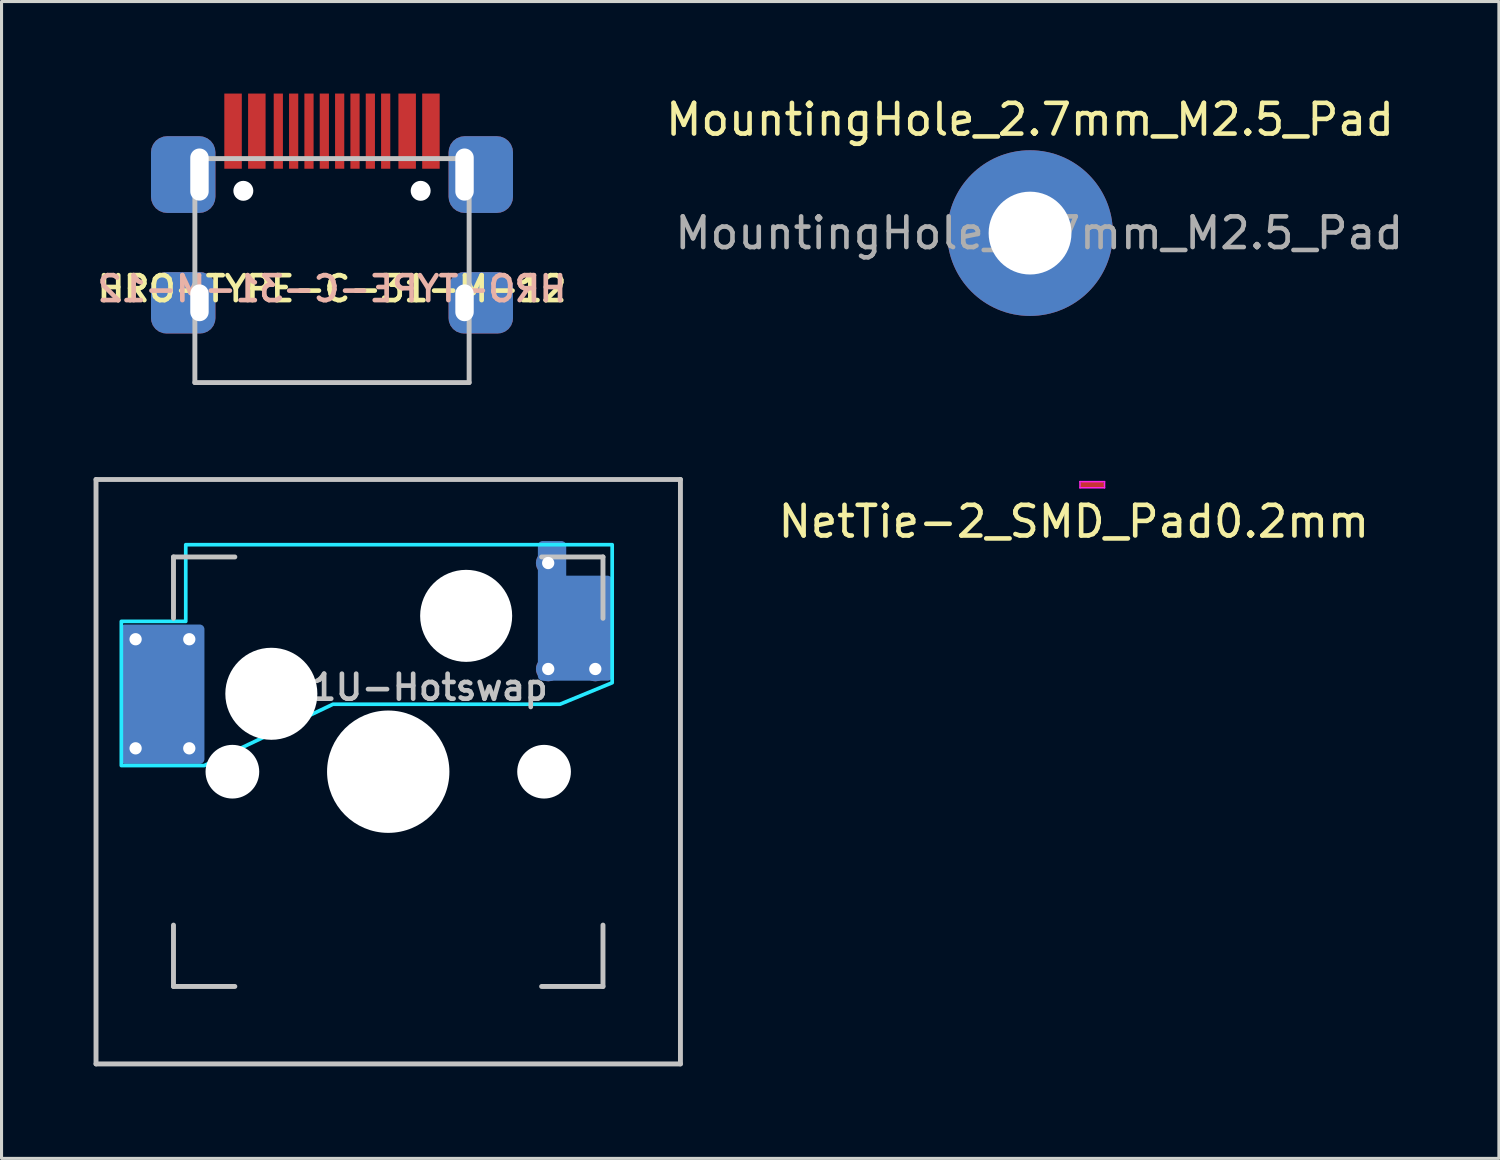
<source format=kicad_pcb>
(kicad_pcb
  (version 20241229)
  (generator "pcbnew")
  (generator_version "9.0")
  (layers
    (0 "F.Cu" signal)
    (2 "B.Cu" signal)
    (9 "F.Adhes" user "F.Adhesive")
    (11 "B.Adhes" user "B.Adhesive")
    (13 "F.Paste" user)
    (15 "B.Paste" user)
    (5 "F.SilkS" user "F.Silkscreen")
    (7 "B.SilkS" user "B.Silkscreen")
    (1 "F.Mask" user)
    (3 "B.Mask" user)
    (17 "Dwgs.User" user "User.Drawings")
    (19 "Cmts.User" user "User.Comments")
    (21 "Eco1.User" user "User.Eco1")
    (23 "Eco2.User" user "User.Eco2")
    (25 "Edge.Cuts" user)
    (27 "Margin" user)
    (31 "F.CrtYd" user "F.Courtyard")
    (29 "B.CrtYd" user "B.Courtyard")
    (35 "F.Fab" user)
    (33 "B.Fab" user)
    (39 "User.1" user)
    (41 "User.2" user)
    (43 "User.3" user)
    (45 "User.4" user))
  (footprint "MX-1U-Hotswap"
    (layer "F.Cu")
    (at 9.605 22.105)
    (property "Reference" "MX-1U-Hotswap" (at 0 -2.75 0) (layer "Dwgs.User") (effects (font (size 0.813 0.813) (thickness 0.152))))
    (fp_line (start -9.525 -9.525) (end 9.525 -9.525) (stroke (width 0.16) (type solid)) (layer "Dwgs.User"))
    (fp_line (start -9.525 9.525) (end -9.525 -9.525) (stroke (width 0.16) (type solid)) (layer "Dwgs.User"))
    (fp_line (start -7 -7) (end -7 -5) (stroke (width 0.16) (type solid)) (layer "Dwgs.User"))
    (fp_line (start -7 5) (end -7 7) (stroke (width 0.16) (type solid)) (layer "Dwgs.User"))
    (fp_line (start -7 7) (end -5 7) (stroke (width 0.16) (type solid)) (layer "Dwgs.User"))
    (fp_line (start -5 -7) (end -7 -7) (stroke (width 0.16) (type solid)) (layer "Dwgs.User"))
    (fp_line (start 5 -7) (end 7 -7) (stroke (width 0.16) (type solid)) (layer "Dwgs.User"))
    (fp_line (start 5 7) (end 7 7) (stroke (width 0.16) (type solid)) (layer "Dwgs.User"))
    (fp_line (start 7 -7) (end 7 -5) (stroke (width 0.16) (type solid)) (layer "Dwgs.User"))
    (fp_line (start 7 7) (end 7 5) (stroke (width 0.16) (type solid)) (layer "Dwgs.User"))
    (fp_line (start 9.525 -9.525) (end 9.525 9.525) (stroke (width 0.16) (type solid)) (layer "Dwgs.User"))
    (fp_line (start 9.525 9.525) (end -9.525 9.525) (stroke (width 0.16) (type solid)) (layer "Dwgs.User"))
    (fp_line (start -1.191 -1.191) (end 1.191 1.191) (stroke (width 0.16) (type solid)) (layer "Cmts.User"))
    (fp_line (start -1.191 1.191) (end 1.191 -1.191) (stroke (width 0.16) (type solid)) (layer "Cmts.User"))
    (fp_poly (pts (xy 7.3 -2.9) (xy 5.6 -2.2) (xy -1.8 -2.2) (xy -6 -0.2) (xy -8.7 -0.2) (xy -8.7 -4.9) (xy -6.6 -4.9) (xy -6.6 -7.4) (xy 7.3 -7.4)) (stroke (width 0.12) (type solid)) (fill no) (layer "B.CrtYd"))
    (pad "" np_thru_hole circle (at -5.08 0 48) (size 1.75 1.75) (drill 1.75) (layers "*.Cu" "*.Mask"))
    (pad "" np_thru_hole circle (at -3.81 -2.54) (size 3 3) (drill 3) (layers "*.Cu" "*.Mask"))
    (pad "" np_thru_hole circle (at 0 0) (size 3.988 3.988) (drill 3.988) (layers "*.Cu" "*.Mask"))
    (pad "" np_thru_hole circle (at 2.54 -5.08) (size 3 3) (drill 3) (layers "*.Cu" "*.Mask"))
    (pad "" np_thru_hole circle (at 5.08 0 48) (size 1.75 1.75) (drill 1.75) (layers "*.Cu" "*.Mask"))
    (pad "1" thru_hole circle (at -8.235 -4.318) (size 0.8 0.8) (drill 0.4) (layers "*.Cu"))
    (pad "1" thru_hole circle (at -8.235 -0.762) (size 0.8 0.8) (drill 0.4) (layers "*.Cu"))
    (pad "1" smd custom (at -7.36 -2.616) (size 2.55 2.5) (layers "B.Cu") (options (anchor rect)) (primitives (gr_rect (start -1.219 -2.032) (end 1.219 2.21) (width 0.3) (fill yes))))
    (pad "1" smd rect (at -7.36 -2.54) (size 2.55 2.5) (layers "B.Cu" "B.Mask" "B.Paste"))
    (pad "1" thru_hole circle (at -6.485 -4.318) (size 0.8 0.8) (drill 0.4) (layers "*.Cu"))
    (pad "1" thru_hole circle (at -6.485 -0.762) (size 0.8 0.8) (drill 0.4) (layers "*.Cu"))
    (pad "2" thru_hole circle (at 5.214 -6.802) (size 0.8 0.8) (drill 0.4) (layers "*.Cu"))
    (pad "2" thru_hole circle (at 5.215 -3.348) (size 0.8 0.8) (drill 0.4) (layers "*.Cu"))
    (pad "2" smd custom (at 6.09 -5.156) (size 2.123 2.169) (layers "B.Cu") (options (anchor rect)) (primitives (gr_rect (start -1.062 -1.084) (end 1.062 2.039) (width 0.3) (fill yes)) (gr_rect (start -1.062 -2.212) (end -0.438 -0.584) (width 0.3) (fill yes))))
    (pad "2" smd rect (at 6.09 -5.075) (size 2.123 2.169) (layers "B.Cu" "B.Mask" "B.Paste"))
    (pad "2" thru_hole circle (at 6.75 -3.348) (size 0.8 0.8) (drill 0.4) (layers "*.Cu")))
  (footprint "HRO-TYPE-C-31-M-12"
    (layer "F.Cu")
    (at 7.772 5.42)
    (property "Reference" "HRO-TYPE-C-31-M-12" (at 0 0.944 0) (layer "F.SilkS") (effects (font (size 0.813 0.813) (thickness 0.152))))
    (attr smd)
    (fp_line (start -4.47 -3.3) (end 4.47 -3.3) (stroke (width 0.16) (type solid)) (layer "Dwgs.User"))
    (fp_line (start -4.47 4) (end -4.47 -3.3) (stroke (width 0.16) (type solid)) (layer "Dwgs.User"))
    (fp_line (start -4.47 4) (end 4.47 4) (stroke (width 0.16) (type solid)) (layer "Dwgs.User"))
    (fp_line (start 4.47 4) (end 4.47 -3.3) (stroke (width 0.16) (type solid)) (layer "Dwgs.User"))
    (fp_text user "${REFERENCE}" (at 0 0.944 0) (layer "B.SilkS") (effects (font (size 0.813 0.813) (thickness 0.152)) (justify mirror)))
    (pad "" np_thru_hole circle (at -2.89 -2.25) (size 0.65 0.65) (drill 0.65) (layers "*.Cu" "*.Mask"))
    (pad "" np_thru_hole circle (at 2.89 -2.25) (size 0.65 0.65) (drill 0.65) (layers "*.Cu" "*.Mask"))
    (pad "A1" smd rect (at -3.225 -4.195) (size 0.57 2.45) (layers "F.Cu" "F.Mask" "F.Paste"))
    (pad "A4" smd rect (at -2.45 -4.195) (size 0.57 2.45) (layers "F.Cu" "F.Mask" "F.Paste"))
    (pad "A5" smd rect (at -1.25 -4.195) (size 0.3 2.45) (layers "F.Cu" "F.Mask" "F.Paste"))
    (pad "A6" smd rect (at -0.25 -4.195) (size 0.3 2.45) (layers "F.Cu" "F.Mask" "F.Paste"))
    (pad "A7" smd rect (at 0.25 -4.195) (size 0.3 2.45) (layers "F.Cu" "F.Mask" "F.Paste"))
    (pad "A8" smd rect (at 1.25 -4.195) (size 0.3 2.45) (layers "F.Cu" "F.Mask" "F.Paste"))
    (pad "B1" smd rect (at 3.225 -4.195) (size 0.57 2.45) (layers "F.Cu" "F.Mask" "F.Paste"))
    (pad "B4" smd rect (at 2.45 -4.195) (size 0.57 2.45) (layers "F.Cu" "F.Mask" "F.Paste"))
    (pad "B5" smd rect (at 1.75 -4.195) (size 0.3 2.45) (layers "F.Cu" "F.Mask" "F.Paste"))
    (pad "B6" smd rect (at 0.75 -4.195) (size 0.3 2.45) (layers "F.Cu" "F.Mask" "F.Paste"))
    (pad "B7" smd rect (at -0.75 -4.195) (size 0.3 2.45) (layers "F.Cu" "F.Mask" "F.Paste"))
    (pad "B8" smd rect (at -1.75 -4.195) (size 0.3 2.45) (layers "F.Cu" "F.Mask" "F.Paste"))
    (pad "S1" smd roundrect (at -4.85 -2.78) (size 2.1 2.5) (layers "F.Cu" "F.Mask") (roundrect_rratio 0.25))
    (pad "S1" smd roundrect (at -4.85 -2.78) (size 2.1 2.5) (layers "B.Cu" "B.Mask") (roundrect_rratio 0.25))
    (pad "S1" smd roundrect (at -4.85 1.4) (size 2.1 2) (layers "F.Cu" "F.Mask") (roundrect_rratio 0.25))
    (pad "S1" smd roundrect (at -4.85 1.4) (size 2.1 2) (layers "B.Cu" "B.Mask") (roundrect_rratio 0.25))
    (pad "S1" thru_hole oval (at -4.32 -2.78) (size 1 2.1) (drill oval 0.6 1.7) (layers "*.Cu" "*.Mask"))
    (pad "S1" thru_hole oval (at -4.32 1.4) (size 1 1.6) (drill oval 0.6 1.2) (layers "*.Cu" "*.Mask"))
    (pad "S1" thru_hole oval (at 4.32 -2.78) (size 1 2.1) (drill oval 0.6 1.7) (layers "*.Cu" "*.Mask"))
    (pad "S1" thru_hole oval (at 4.32 1.4) (size 1 1.6) (drill oval 0.6 1.2) (layers "*.Cu" "*.Mask"))
    (pad "S1" smd roundrect (at 4.85 -2.78) (size 2.1 2.5) (layers "F.Cu" "F.Mask") (roundrect_rratio 0.25))
    (pad "S1" smd roundrect (at 4.85 -2.78) (size 2.1 2.5) (layers "B.Cu" "B.Mask") (roundrect_rratio 0.25))
    (pad "S1" smd roundrect (at 4.85 1.4) (size 2.1 2) (layers "F.Cu" "F.Mask") (roundrect_rratio 0.25))
    (pad "S1" smd roundrect (at 4.85 1.4) (size 2.1 2) (layers "B.Cu" "B.Mask") (roundrect_rratio 0.25)))
  (footprint "MountingHole_2.7mm_M2.5_Pad"
    (layer "F.Cu")
    (at 30.526 4.548)
    (property "Reference" "MountingHole_2.7mm_M2.5_Pad" (at 0 -3.7 0) (layer "F.SilkS") (effects (font (size 1 1) (thickness 0.15))))
    (attr exclude_from_pos_files exclude_from_bom)
    (fp_text user "${REFERENCE}" (at 0.3 0 0) (layer "F.Fab") (effects (font (size 1 1) (thickness 0.15))))
    (pad "1" thru_hole circle (at 0 0) (size 5.4 5.4) (drill 2.7) (layers "*.Cu" "*.Mask")))
  (footprint "NetTie-2_SMD_Pad0.2mm"
    (layer "F.Cu")
    (at 32.554 12.75)
    (property "Reference" "NetTie-2_SMD_Pad0.2mm" (at -0.6 1.2 0) (layer "F.SilkS") (effects (font (size 1 1) (thickness 0.15))))
    (attr exclude_from_pos_files exclude_from_bom)
    (fp_poly (pts (xy -0.3 -0.1) (xy 0.3 -0.1) (xy 0.3 0.1) (xy -0.3 0.1)) (stroke (width 0) (type solid)) (fill yes) (layer "F.Cu"))
    (fp_line (start -0.4 -0.1) (end -0.4 0.1) (stroke (width 0.05) (type solid)) (layer "F.CrtYd"))
    (fp_line (start -0.4 0.1) (end 0.4 0.1) (stroke (width 0.05) (type solid)) (layer "F.CrtYd"))
    (fp_line (start 0.4 -0.1) (end -0.4 -0.1) (stroke (width 0.05) (type solid)) (layer "F.CrtYd"))
    (fp_line (start 0.4 0.1) (end 0.4 -0.1) (stroke (width 0.05) (type solid)) (layer "F.CrtYd"))
    (pad "1" smd circle (at -0.3 0) (size 0.2 0.2) (layers "F.Cu"))
    (pad "2" smd circle (at 0.3 0) (size 0.2 0.2) (layers "F.Cu")))
  (gr_rect
    (start -3 -3)
    (end 45.809 34.71)
    (stroke (width 0.1) (type default))
    (fill no)
    (layer "Edge.Cuts")))
</source>
